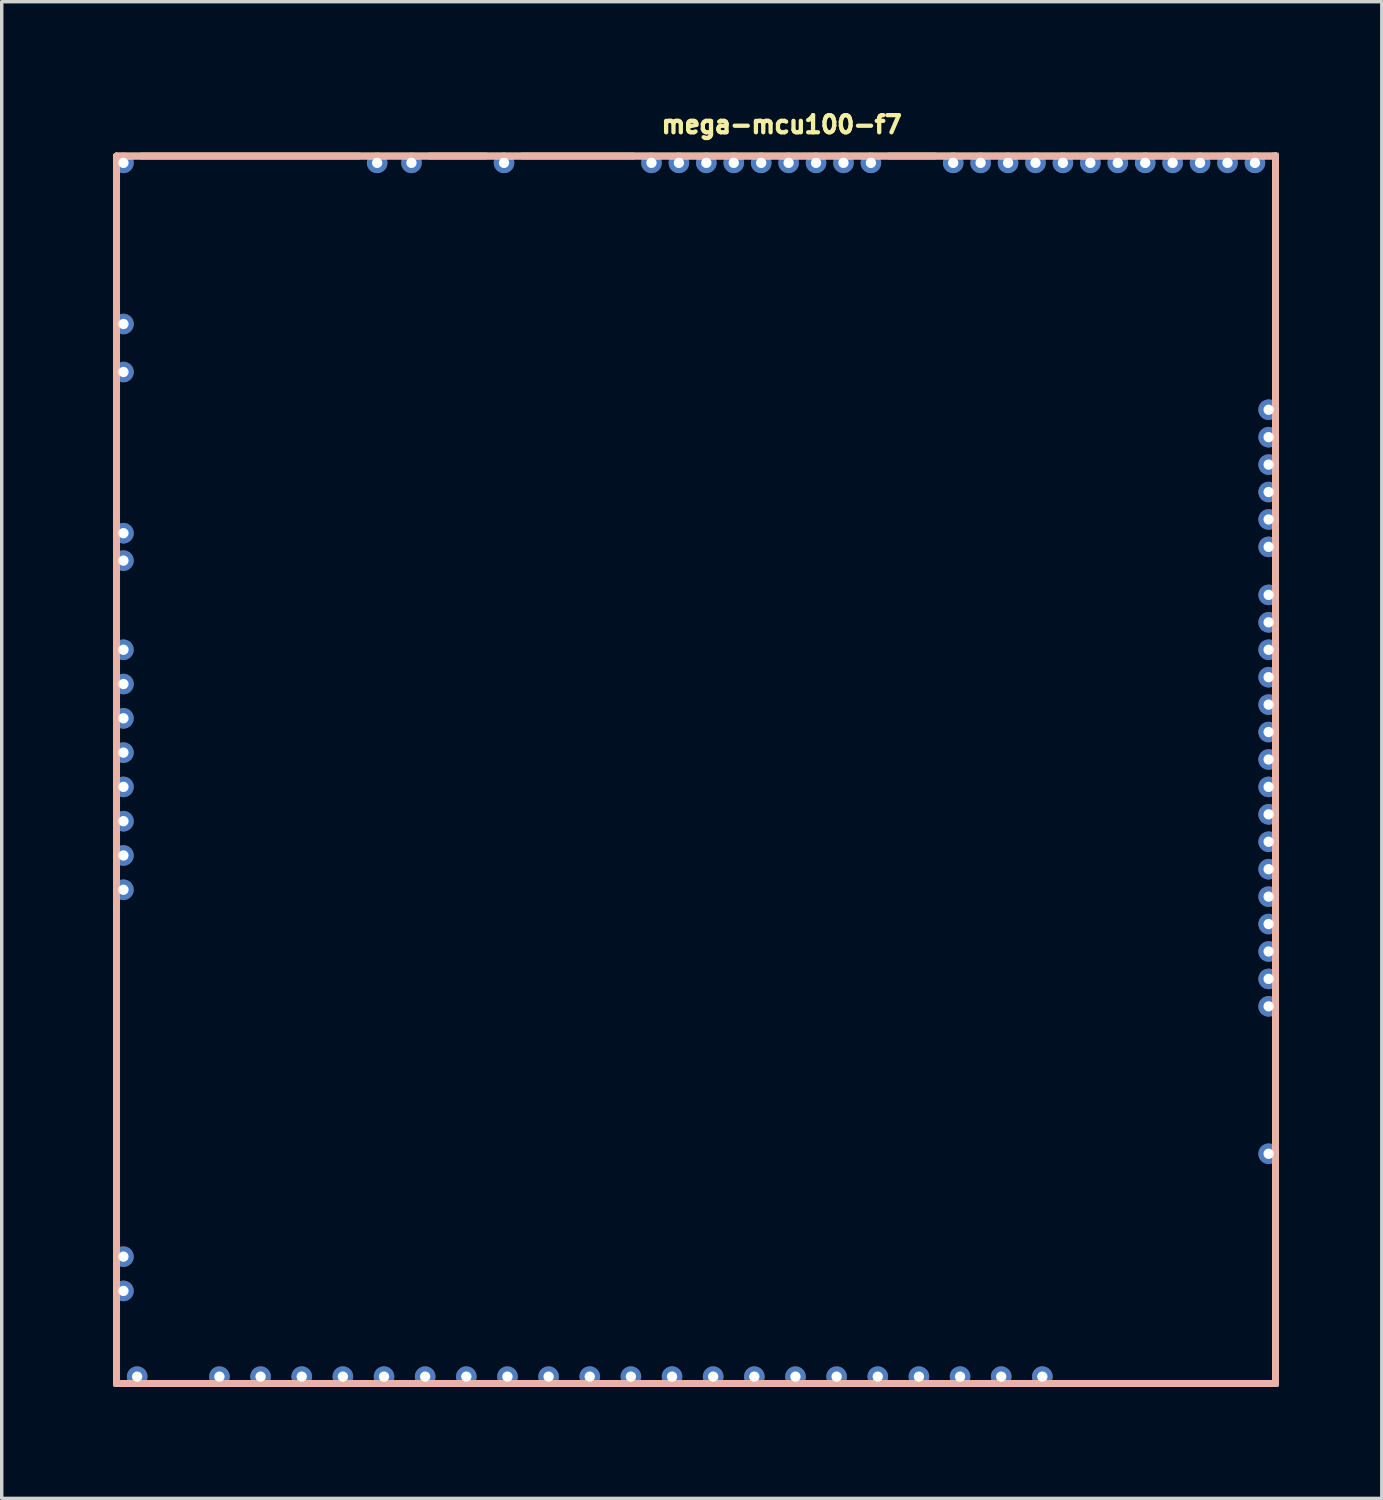
<source format=kicad_pcb>
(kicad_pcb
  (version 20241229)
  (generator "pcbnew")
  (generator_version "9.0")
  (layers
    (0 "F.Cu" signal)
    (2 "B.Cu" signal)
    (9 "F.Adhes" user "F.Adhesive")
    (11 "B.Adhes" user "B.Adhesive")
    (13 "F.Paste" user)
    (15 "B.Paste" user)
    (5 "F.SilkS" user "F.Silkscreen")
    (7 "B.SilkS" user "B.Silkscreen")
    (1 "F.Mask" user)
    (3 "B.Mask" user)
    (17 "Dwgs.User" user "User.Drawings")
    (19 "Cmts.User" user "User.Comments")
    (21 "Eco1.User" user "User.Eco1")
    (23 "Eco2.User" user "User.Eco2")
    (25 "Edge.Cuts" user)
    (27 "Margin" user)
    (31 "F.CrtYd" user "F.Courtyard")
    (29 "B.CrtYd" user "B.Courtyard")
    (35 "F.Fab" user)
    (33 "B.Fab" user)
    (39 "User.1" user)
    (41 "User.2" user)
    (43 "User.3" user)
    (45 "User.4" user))
  (footprint "mega-mcu100-f7"
    (layer "F.Cu")
    (at 0.25 37.4)
    (property "Reference" "mega-mcu100-f7" (at 15.926 -36.525 0) (unlocked yes) (layer "F.SilkS") (effects (font (size 0.5 0.5) (thickness 0.125)) (justify left bottom)))
    (fp_line (start 0.1 -35.9) (end 33.9 -35.9) (stroke (width 0.2) (type solid)) (layer "F.SilkS"))
    (fp_line (start 0.1 -0.1) (end 0.1 -35.9) (stroke (width 0.2) (type solid)) (layer "F.SilkS"))
    (fp_line (start 0.1 -0.1) (end 33.9 -0.1) (stroke (width 0.2) (type solid)) (layer "F.SilkS"))
    (fp_line (start 33.9 -0.1) (end 33.9 -35.9) (stroke (width 0.2) (type solid)) (layer "F.SilkS"))
    (fp_line (start 0.1 -35.9) (end 33.9 -35.9) (stroke (width 0.2) (type solid)) (layer "B.SilkS"))
    (fp_line (start 0.1 -0.1) (end 0.1 -35.9) (stroke (width 0.2) (type solid)) (layer "B.SilkS"))
    (fp_line (start 0.1 -0.1) (end 33.9 -0.1) (stroke (width 0.2) (type solid)) (layer "B.SilkS"))
    (fp_line (start 33.9 -0.1) (end 33.9 -35.9) (stroke (width 0.2) (type solid)) (layer "B.SilkS"))
    (pad "E1" thru_hole circle (at 33.7 -6.8 270) (size 0.6 0.6) (drill 0.3) (layers "*.Cu"))
    (pad "E2" thru_hole circle (at 33.7 -11.1 270) (size 0.6 0.6) (drill 0.3) (layers "*.Cu"))
    (pad "E3" thru_hole circle (at 33.7 -11.9 180) (size 0.6 0.6) (drill 0.3) (layers "*.Cu"))
    (pad "E4" thru_hole circle (at 33.7 -12.7 180) (size 0.6 0.6) (drill 0.3) (layers "*.Cu"))
    (pad "E5" thru_hole circle (at 33.7 -13.5 270) (size 0.6 0.6) (drill 0.3) (layers "*.Cu"))
    (pad "E6" thru_hole circle (at 33.7 -14.3) (size 0.6 0.6) (drill 0.3) (layers "*.Cu"))
    (pad "E7" thru_hole circle (at 33.7 -15.1) (size 0.6 0.6) (drill 0.3) (layers "*.Cu"))
    (pad "E8" thru_hole circle (at 33.7 -15.9) (size 0.6 0.6) (drill 0.3) (layers "*.Cu"))
    (pad "E9" thru_hole circle (at 33.7 -16.7) (size 0.6 0.6) (drill 0.3) (layers "*.Cu"))
    (pad "E10" thru_hole circle (at 33.7 -17.5 180) (size 0.6 0.6) (drill 0.3) (layers "*.Cu"))
    (pad "E11" thru_hole circle (at 33.7 -18.3 180) (size 0.6 0.6) (drill 0.3) (layers "*.Cu"))
    (pad "E12" thru_hole circle (at 33.7 -19.1 180) (size 0.6 0.6) (drill 0.3) (layers "*.Cu"))
    (pad "E13" thru_hole circle (at 33.7 -19.9 180) (size 0.6 0.6) (drill 0.3) (layers "*.Cu"))
    (pad "E14" thru_hole circle (at 33.7 -20.7 180) (size 0.6 0.6) (drill 0.3) (layers "*.Cu"))
    (pad "E15" thru_hole circle (at 33.7 -21.5 180) (size 0.6 0.6) (drill 0.3) (layers "*.Cu"))
    (pad "E16" thru_hole circle (at 33.7 -22.3 270) (size 0.6 0.6) (drill 0.3) (layers "*.Cu"))
    (pad "E17" thru_hole circle (at 33.7 -23.1 270) (size 0.6 0.6) (drill 0.3) (layers "*.Cu"))
    (pad "E18" thru_hole circle (at 33.7 -24.5 270) (size 0.6 0.6) (drill 0.3) (layers "*.Cu"))
    (pad "E19" thru_hole circle (at 33.7 -25.3 270) (size 0.6 0.6) (drill 0.3) (layers "*.Cu"))
    (pad "E20" thru_hole circle (at 33.7 -26.1 270) (size 0.6 0.6) (drill 0.3) (layers "*.Cu"))
    (pad "E21" thru_hole circle (at 33.7 -26.9 270) (size 0.6 0.6) (drill 0.3) (layers "*.Cu"))
    (pad "E22" thru_hole circle (at 33.7 -27.7 270) (size 0.6 0.6) (drill 0.3) (layers "*.Cu"))
    (pad "E23" thru_hole circle (at 33.7 -28.5 180) (size 0.6 0.6) (drill 0.3) (layers "*.Cu"))
    (pad "G" smd rect (at 0.1 -33.35) (size 0.2 3.7) (layers "F.Cu"))
    (pad "G" smd rect (at 0.1 -33.35) (size 0.2 3.7) (layers "B.Cu"))
    (pad "G" smd rect (at 0.1 -33.35) (size 0.2 3.7) (layers "In1.Cu"))
    (pad "G" smd rect (at 0.1 -33.35) (size 0.2 3.7) (layers "In2.Cu"))
    (pad "G" smd rect (at 0.1 -30.3) (size 0.2 0.4) (layers "F.Cu"))
    (pad "G" smd rect (at 0.1 -30.3) (size 0.2 0.4) (layers "B.Cu"))
    (pad "G" smd rect (at 0.1 -30.3) (size 0.2 0.4) (layers "In1.Cu"))
    (pad "G" smd rect (at 0.1 -30.3) (size 0.2 0.4) (layers "In2.Cu"))
    (pad "G" smd rect (at 0.1 -27.25) (size 0.2 3.7) (layers "F.Cu"))
    (pad "G" smd rect (at 0.1 -27.25) (size 0.2 3.7) (layers "B.Cu"))
    (pad "G" smd rect (at 0.1 -27.25) (size 0.2 3.7) (layers "In1.Cu"))
    (pad "G" smd rect (at 0.1 -27.25) (size 0.2 3.7) (layers "In2.Cu"))
    (pad "G" smd rect (at 0.1 -22.8) (size 0.2 1.6) (layers "F.Cu"))
    (pad "G" smd rect (at 0.1 -22.8) (size 0.2 1.6) (layers "B.Cu"))
    (pad "G" smd rect (at 0.1 -22.8) (size 0.2 1.6) (layers "In1.Cu"))
    (pad "G" smd rect (at 0.1 -22.8) (size 0.2 1.6) (layers "In2.Cu"))
    (pad "G" smd rect (at 0.1 -9.15) (size 0.2 9.7) (layers "F.Cu"))
    (pad "G" smd rect (at 0.1 -9.15) (size 0.2 9.7) (layers "B.Cu"))
    (pad "G" smd rect (at 0.1 -9.15) (size 0.2 9.7) (layers "In1.Cu"))
    (pad "G" smd rect (at 0.1 -9.15) (size 0.2 9.7) (layers "In2.Cu"))
    (pad "G" smd rect (at 0.1 -1.15) (size 0.2 2.3) (layers "F.Cu"))
    (pad "G" smd rect (at 0.1 -1.15) (size 0.2 2.3) (layers "B.Cu"))
    (pad "G" smd rect (at 0.1 -1.15) (size 0.2 2.3) (layers "In1.Cu"))
    (pad "G" smd rect (at 0.1 -1.15) (size 0.2 2.3) (layers "In2.Cu"))
    (pad "G" smd rect (at 1.9 -0.1 90) (size 0.2 1.4) (layers "F.Cu"))
    (pad "G" smd rect (at 1.9 -0.1 90) (size 0.2 1.4) (layers "B.Cu"))
    (pad "G" smd rect (at 1.9 -0.1 90) (size 0.2 1.4) (layers "In1.Cu"))
    (pad "G" smd rect (at 1.9 -0.1 90) (size 0.2 1.4) (layers "In2.Cu"))
    (pad "G" smd rect (at 4 -35.9 270) (size 0.2 6.4) (layers "F.Cu"))
    (pad "G" smd rect (at 4 -35.9 270) (size 0.2 6.4) (layers "B.Cu"))
    (pad "G" smd rect (at 4 -35.9 270) (size 0.2 6.4) (layers "In1.Cu"))
    (pad "G" smd rect (at 4 -35.9 270) (size 0.2 6.4) (layers "In2.Cu"))
    (pad "G" smd rect (at 10.05 -35.9 270) (size 0.2 1.7) (layers "F.Cu"))
    (pad "G" smd rect (at 10.05 -35.9 270) (size 0.2 1.7) (layers "B.Cu"))
    (pad "G" smd rect (at 10.05 -35.9 270) (size 0.2 1.7) (layers "In1.Cu"))
    (pad "G" smd rect (at 10.05 -35.9 270) (size 0.2 1.7) (layers "In2.Cu"))
    (pad "G" smd rect (at 13.55 -35.9 270) (size 0.2 3.3) (layers "F.Cu"))
    (pad "G" smd rect (at 13.55 -35.9 270) (size 0.2 3.3) (layers "B.Cu"))
    (pad "G" smd rect (at 13.55 -35.9 270) (size 0.2 3.3) (layers "In1.Cu"))
    (pad "G" smd rect (at 13.55 -35.9 270) (size 0.2 3.3) (layers "In2.Cu"))
    (pad "G" smd rect (at 23.3 -35.9 270) (size 0.2 1.4) (layers "F.Cu"))
    (pad "G" smd rect (at 23.3 -35.9 270) (size 0.2 1.4) (layers "B.Cu"))
    (pad "G" smd rect (at 23.3 -35.9 270) (size 0.2 1.4) (layers "In1.Cu"))
    (pad "G" smd rect (at 23.3 -35.9 270) (size 0.2 1.4) (layers "In2.Cu"))
    (pad "G" smd rect (at 30.8 -0.1 90) (size 0.2 6.4) (layers "F.Cu"))
    (pad "G" smd rect (at 30.8 -0.1 90) (size 0.2 6.4) (layers "B.Cu"))
    (pad "G" smd rect (at 30.8 -0.1 90) (size 0.2 6.4) (layers "In1.Cu"))
    (pad "G" smd rect (at 30.8 -0.1 90) (size 0.2 6.4) (layers "In2.Cu"))
    (pad "G" smd rect (at 33.9 -32.5 180) (size 0.2 7) (layers "F.Cu"))
    (pad "G" smd rect (at 33.9 -32.5 180) (size 0.2 7) (layers "B.Cu"))
    (pad "G" smd rect (at 33.9 -32.5 180) (size 0.2 7) (layers "In1.Cu"))
    (pad "G" smd rect (at 33.9 -32.5 180) (size 0.2 7) (layers "In2.Cu"))
    (pad "G" smd rect (at 33.9 -23.8 180) (size 0.2 0.4) (layers "F.Cu"))
    (pad "G" smd rect (at 33.9 -23.8 180) (size 0.2 0.4) (layers "B.Cu"))
    (pad "G" smd rect (at 33.9 -23.8 180) (size 0.2 0.4) (layers "In1.Cu"))
    (pad "G" smd rect (at 33.9 -23.8 180) (size 0.2 0.4) (layers "In2.Cu"))
    (pad "G" smd rect (at 33.9 -8.95 180) (size 0.2 3.3) (layers "F.Cu"))
    (pad "G" smd rect (at 33.9 -8.95 180) (size 0.2 3.3) (layers "B.Cu"))
    (pad "G" smd rect (at 33.9 -8.95 180) (size 0.2 3.3) (layers "In1.Cu"))
    (pad "G" smd rect (at 33.9 -8.95 180) (size 0.2 3.3) (layers "In2.Cu"))
    (pad "G" smd rect (at 33.9 -3.15 180) (size 0.2 6.3) (layers "F.Cu"))
    (pad "G" smd rect (at 33.9 -3.15 180) (size 0.2 6.3) (layers "B.Cu"))
    (pad "G" smd rect (at 33.9 -3.15 180) (size 0.2 6.3) (layers "In1.Cu"))
    (pad "G" smd rect (at 33.9 -3.15 180) (size 0.2 6.3) (layers "In2.Cu"))
    (pad "N1" thru_hole circle (at 33.3 -35.7 270) (size 0.6 0.6) (drill 0.3) (layers "*.Cu"))
    (pad "N2" thru_hole circle (at 32.5 -35.7 270) (size 0.6 0.6) (drill 0.3) (layers "*.Cu"))
    (pad "N3" thru_hole circle (at 31.7 -35.7 270) (size 0.6 0.6) (drill 0.3) (layers "*.Cu"))
    (pad "N4" thru_hole circle (at 30.9 -35.7 270) (size 0.6 0.6) (drill 0.3) (layers "*.Cu"))
    (pad "N5" thru_hole circle (at 30.1 -35.7 270) (size 0.6 0.6) (drill 0.3) (layers "*.Cu"))
    (pad "N6" thru_hole circle (at 29.3 -35.7 270) (size 0.6 0.6) (drill 0.3) (layers "*.Cu"))
    (pad "N7" thru_hole circle (at 28.5 -35.7 90) (size 0.6 0.6) (drill 0.3) (layers "*.Cu"))
    (pad "N8" thru_hole circle (at 27.7 -35.7 270) (size 0.6 0.6) (drill 0.3) (layers "*.Cu"))
    (pad "N9" thru_hole circle (at 26.9 -35.7 90) (size 0.6 0.6) (drill 0.3) (layers "*.Cu"))
    (pad "N10" thru_hole circle (at 26.1 -35.7 90) (size 0.6 0.6) (drill 0.3) (layers "*.Cu"))
    (pad "N11" thru_hole circle (at 25.3 -35.7 90) (size 0.6 0.6) (drill 0.3) (layers "*.Cu"))
    (pad "N12" thru_hole circle (at 24.5 -35.7 90) (size 0.6 0.6) (drill 0.3) (layers "*.Cu"))
    (pad "N13" thru_hole circle (at 22.1 -35.7 270) (size 0.6 0.6) (drill 0.3) (layers "*.Cu"))
    (pad "N14" thru_hole circle (at 21.3 -35.7 270) (size 0.6 0.6) (drill 0.3) (layers "*.Cu"))
    (pad "N14a" thru_hole circle (at 20.5 -35.7 270) (size 0.6 0.6) (drill 0.3) (layers "*.Cu"))
    (pad "N14b" thru_hole circle (at 19.7 -35.7 270) (size 0.6 0.6) (drill 0.3) (layers "*.Cu"))
    (pad "N15" thru_hole circle (at 18.9 -35.7 270) (size 0.6 0.6) (drill 0.3) (layers "*.Cu"))
    (pad "N16" thru_hole circle (at 18.1 -35.7 90) (size 0.6 0.6) (drill 0.3) (layers "*.Cu"))
    (pad "N17" thru_hole circle (at 17.3 -35.7 270) (size 0.6 0.6) (drill 0.3) (layers "*.Cu"))
    (pad "N18" thru_hole circle (at 16.5 -35.7 270) (size 0.6 0.6) (drill 0.3) (layers "*.Cu"))
    (pad "N19" thru_hole circle (at 15.7 -35.7 270) (size 0.6 0.6) (drill 0.3) (layers "*.Cu"))
    (pad "N20" thru_hole circle (at 11.4 -35.7 270) (size 0.6 0.6) (drill 0.3) (layers "*.Cu"))
    (pad "N21" thru_hole circle (at 8.7 -35.7 270) (size 0.6 0.6) (drill 0.3) (layers "*.Cu"))
    (pad "N22" thru_hole circle (at 7.7 -35.7 270) (size 0.6 0.6) (drill 0.3) (layers "*.Cu"))
    (pad "N23" thru_hole circle (at 0.3 -35.7 270) (size 0.6 0.6) (drill 0.3) (layers "*.Cu"))
    (pad "S1" thru_hole circle (at 27.1 -0.3 270) (size 0.6 0.6) (drill 0.3) (layers "*.Cu"))
    (pad "S2" thru_hole circle (at 25.9 -0.3 270) (size 0.6 0.6) (drill 0.3) (layers "*.Cu"))
    (pad "S3" thru_hole circle (at 24.7 -0.3 270) (size 0.6 0.6) (drill 0.3) (layers "*.Cu"))
    (pad "S4" thru_hole circle (at 23.5 -0.3 270) (size 0.6 0.6) (drill 0.3) (layers "*.Cu"))
    (pad "S5" thru_hole circle (at 22.3 -0.3 270) (size 0.6 0.6) (drill 0.3) (layers "*.Cu"))
    (pad "S6" thru_hole circle (at 21.1 -0.3 270) (size 0.6 0.6) (drill 0.3) (layers "*.Cu"))
    (pad "S7" thru_hole circle (at 19.9 -0.3 270) (size 0.6 0.6) (drill 0.3) (layers "*.Cu"))
    (pad "S8" thru_hole circle (at 18.7 -0.3 270) (size 0.6 0.6) (drill 0.3) (layers "*.Cu"))
    (pad "S9" thru_hole circle (at 17.5 -0.3 270) (size 0.6 0.6) (drill 0.3) (layers "*.Cu"))
    (pad "S10" thru_hole circle (at 16.3 -0.3 270) (size 0.6 0.6) (drill 0.3) (layers "*.Cu"))
    (pad "S11" thru_hole circle (at 15.1 -0.3 270) (size 0.6 0.6) (drill 0.3) (layers "*.Cu"))
    (pad "S12" thru_hole circle (at 13.9 -0.3 270) (size 0.6 0.6) (drill 0.3) (layers "*.Cu"))
    (pad "S13" thru_hole circle (at 12.7 -0.3 270) (size 0.6 0.6) (drill 0.3) (layers "*.Cu"))
    (pad "S14" thru_hole circle (at 11.5 -0.3 270) (size 0.6 0.6) (drill 0.3) (layers "*.Cu"))
    (pad "S15" thru_hole circle (at 10.3 -0.3 270) (size 0.6 0.6) (drill 0.3) (layers "*.Cu"))
    (pad "S16" thru_hole circle (at 9.1 -0.3 270) (size 0.6 0.6) (drill 0.3) (layers "*.Cu"))
    (pad "S17" thru_hole circle (at 7.9 -0.3 270) (size 0.6 0.6) (drill 0.3) (layers "*.Cu"))
    (pad "S18" thru_hole circle (at 6.7 -0.3 270) (size 0.6 0.6) (drill 0.3) (layers "*.Cu"))
    (pad "S19" thru_hole circle (at 5.5 -0.3 270) (size 0.6 0.6) (drill 0.3) (layers "*.Cu"))
    (pad "S20" thru_hole circle (at 4.3 -0.3 270) (size 0.6 0.6) (drill 0.3) (layers "*.Cu"))
    (pad "S21" thru_hole circle (at 3.1 -0.3 270) (size 0.6 0.6) (drill 0.3) (layers "*.Cu"))
    (pad "S22" thru_hole circle (at 0.7 -0.3 270) (size 0.6 0.6) (drill 0.3) (layers "*.Cu"))
    (pad "W1" thru_hole circle (at 0.3 -2.8 180) (size 0.6 0.6) (drill 0.3) (layers "*.Cu"))
    (pad "W2" thru_hole circle (at 0.3 -3.8 270) (size 0.6 0.6) (drill 0.3) (layers "*.Cu"))
    (pad "W3" thru_hole circle (at 0.3 -14.5 180) (size 0.6 0.6) (drill 0.3) (layers "*.Cu"))
    (pad "W4" thru_hole circle (at 0.3 -15.5 180) (size 0.6 0.6) (drill 0.3) (layers "*.Cu"))
    (pad "W5" thru_hole circle (at 0.3 -16.5 180) (size 0.6 0.6) (drill 0.3) (layers "*.Cu"))
    (pad "W6" thru_hole circle (at 0.3 -17.5 180) (size 0.6 0.6) (drill 0.3) (layers "*.Cu"))
    (pad "W7" thru_hole circle (at 0.3 -18.5 180) (size 0.6 0.6) (drill 0.3) (layers "*.Cu"))
    (pad "W8" thru_hole circle (at 0.3 -19.5 180) (size 0.6 0.6) (drill 0.3) (layers "*.Cu"))
    (pad "W9" thru_hole circle (at 0.3 -20.5 180) (size 0.6 0.6) (drill 0.3) (layers "*.Cu"))
    (pad "W10" thru_hole circle (at 0.3 -21.5 180) (size 0.6 0.6) (drill 0.3) (layers "*.Cu"))
    (pad "W11" thru_hole circle (at 0.3 -24.1 270) (size 0.6 0.6) (drill 0.3) (layers "*.Cu"))
    (pad "W12" thru_hole circle (at 0.3 -24.9 270) (size 0.6 0.6) (drill 0.3) (layers "*.Cu"))
    (pad "W13" thru_hole circle (at 0.3 -29.6 180) (size 0.6 0.6) (drill 0.3) (layers "*.Cu"))
    (pad "W14" thru_hole circle (at 0.3 -31 270) (size 0.6 0.6) (drill 0.3) (layers "*.Cu"))
    (zone (net_name "") (layers "F.Cu" "B.Cu") (hatch edge 0.5) (connect_pads) (min_thickness 0.25) (filled_areas_thickness no) (keepout (tracks allowed) (vias allowed) (pads allowed) (copperpour not_allowed) (footprints allowed)) (placement (enabled no)) (fill) (polygon (pts (xy 0.35 1.5) (xy 34.15 1.5) (xy 34.15 37.3) (xy 0.35 37.3)))))
  (gr_rect
    (start -3 -3)
    (end 37.25 40.65)
    (stroke (width 0.1) (type default))
    (fill no)
    (layer "Edge.Cuts")))
</source>
